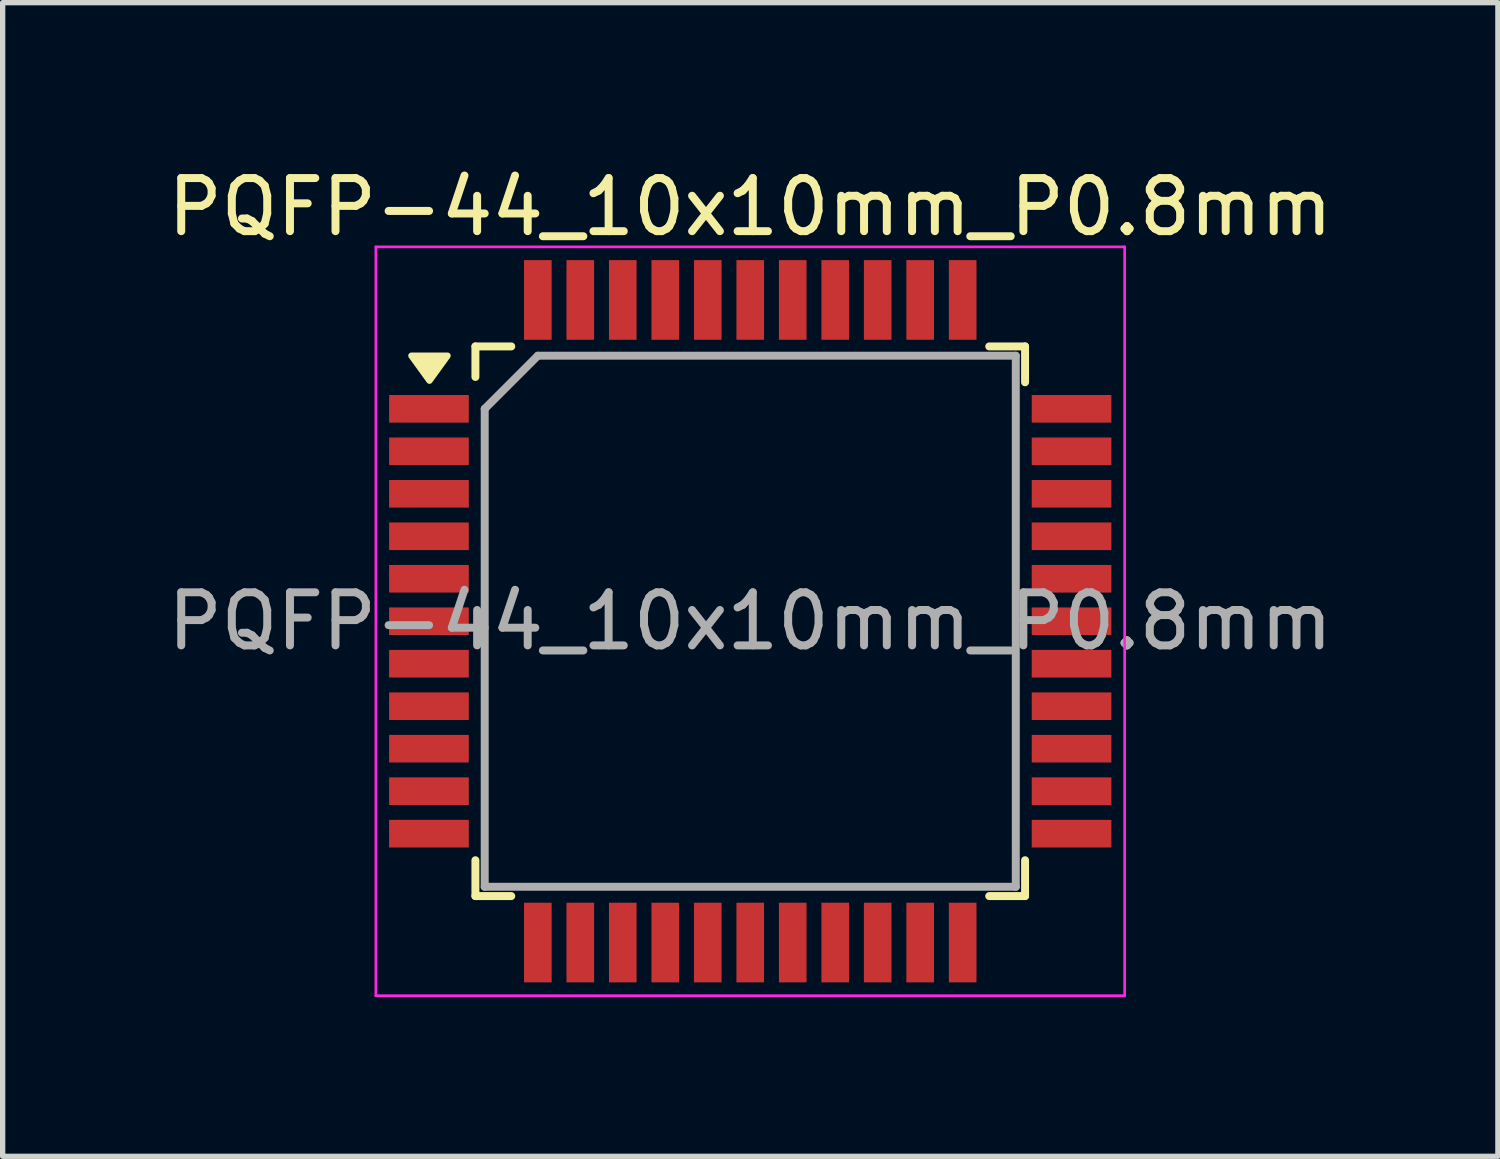
<source format=kicad_pcb>
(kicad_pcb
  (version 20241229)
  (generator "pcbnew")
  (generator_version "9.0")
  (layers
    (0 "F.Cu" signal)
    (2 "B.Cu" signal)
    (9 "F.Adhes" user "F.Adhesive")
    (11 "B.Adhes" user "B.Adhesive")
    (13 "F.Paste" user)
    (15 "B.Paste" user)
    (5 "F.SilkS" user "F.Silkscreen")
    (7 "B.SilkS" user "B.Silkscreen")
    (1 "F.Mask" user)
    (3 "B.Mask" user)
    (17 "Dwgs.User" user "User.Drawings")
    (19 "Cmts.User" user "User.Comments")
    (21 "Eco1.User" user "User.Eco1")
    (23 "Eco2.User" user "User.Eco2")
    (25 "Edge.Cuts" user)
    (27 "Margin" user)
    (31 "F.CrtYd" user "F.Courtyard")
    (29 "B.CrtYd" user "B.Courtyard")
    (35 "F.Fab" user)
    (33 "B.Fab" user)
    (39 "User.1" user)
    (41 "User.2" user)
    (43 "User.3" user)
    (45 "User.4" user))
  (footprint "PQFP-44_10x10mm_P0.8mm"
    (layer "F.Cu")
    (at 11.077 8.648)
    (property "Reference" "PQFP-44_10x10mm_P0.8mm" (at 0 -7.8 0) (layer "F.SilkS") (effects (font (size 1 1) (thickness 0.15))))
    (attr smd)
    (fp_line (start -5.175 -5.175) (end -5.175 -4.6) (stroke (width 0.15) (type solid)) (layer "F.SilkS"))
    (fp_line (start -5.175 -5.175) (end -4.5 -5.175) (stroke (width 0.15) (type solid)) (layer "F.SilkS"))
    (fp_line (start -5.175 5.175) (end -5.175 4.5) (stroke (width 0.15) (type solid)) (layer "F.SilkS"))
    (fp_line (start -5.175 5.175) (end -4.5 5.175) (stroke (width 0.15) (type solid)) (layer "F.SilkS"))
    (fp_line (start 5.175 -5.175) (end 4.5 -5.175) (stroke (width 0.15) (type solid)) (layer "F.SilkS"))
    (fp_line (start 5.175 -5.175) (end 5.175 -4.5) (stroke (width 0.15) (type solid)) (layer "F.SilkS"))
    (fp_line (start 5.175 5.175) (end 4.5 5.175) (stroke (width 0.15) (type solid)) (layer "F.SilkS"))
    (fp_line (start 5.175 5.175) (end 5.175 4.5) (stroke (width 0.15) (type solid)) (layer "F.SilkS"))
    (fp_poly (pts (xy -6.04 -4.53) (xy -6.38 -5) (xy -5.7 -5) (xy -6.04 -4.53)) (stroke (width 0.12) (type solid)) (fill yes) (layer "F.SilkS"))
    (fp_line (start -7.05 -7.05) (end -7.05 7.05) (stroke (width 0.05) (type solid)) (layer "F.CrtYd"))
    (fp_line (start -7.05 -7.05) (end 7.05 -7.05) (stroke (width 0.05) (type solid)) (layer "F.CrtYd"))
    (fp_line (start -7.05 7.05) (end 7.05 7.05) (stroke (width 0.05) (type solid)) (layer "F.CrtYd"))
    (fp_line (start 7.05 -7.05) (end 7.05 7.05) (stroke (width 0.05) (type solid)) (layer "F.CrtYd"))
    (fp_line (start -5 -4) (end -4 -5) (stroke (width 0.15) (type solid)) (layer "F.Fab"))
    (fp_line (start -5 5) (end -5 -4) (stroke (width 0.15) (type solid)) (layer "F.Fab"))
    (fp_line (start -4 -5) (end 5 -5) (stroke (width 0.15) (type solid)) (layer "F.Fab"))
    (fp_line (start 5 -5) (end 5 5) (stroke (width 0.15) (type solid)) (layer "F.Fab"))
    (fp_line (start 5 5) (end -5 5) (stroke (width 0.15) (type solid)) (layer "F.Fab"))
    (fp_text user "${REFERENCE}" (at 0 0 0) (layer "F.Fab") (effects (font (size 1 1) (thickness 0.15))))
    (pad "1" smd rect (at -6.05 -4) (size 1.5 0.52) (layers "F.Cu" "F.Mask" "F.Paste"))
    (pad "2" smd rect (at -6.05 -3.2) (size 1.5 0.52) (layers "F.Cu" "F.Mask" "F.Paste"))
    (pad "3" smd rect (at -6.05 -2.4) (size 1.5 0.52) (layers "F.Cu" "F.Mask" "F.Paste"))
    (pad "4" smd rect (at -6.05 -1.6) (size 1.5 0.52) (layers "F.Cu" "F.Mask" "F.Paste"))
    (pad "5" smd rect (at -6.05 -0.8) (size 1.5 0.52) (layers "F.Cu" "F.Mask" "F.Paste"))
    (pad "6" smd rect (at -6.05 0) (size 1.5 0.52) (layers "F.Cu" "F.Mask" "F.Paste"))
    (pad "7" smd rect (at -6.05 0.8) (size 1.5 0.52) (layers "F.Cu" "F.Mask" "F.Paste"))
    (pad "8" smd rect (at -6.05 1.6) (size 1.5 0.52) (layers "F.Cu" "F.Mask" "F.Paste"))
    (pad "9" smd rect (at -6.05 2.4) (size 1.5 0.52) (layers "F.Cu" "F.Mask" "F.Paste"))
    (pad "10" smd rect (at -6.05 3.2) (size 1.5 0.52) (layers "F.Cu" "F.Mask" "F.Paste"))
    (pad "11" smd rect (at -6.05 4) (size 1.5 0.52) (layers "F.Cu" "F.Mask" "F.Paste"))
    (pad "12" smd rect (at -4 6.05) (size 0.52 1.5) (layers "F.Cu" "F.Mask" "F.Paste"))
    (pad "13" smd rect (at -3.2 6.05) (size 0.52 1.5) (layers "F.Cu" "F.Mask" "F.Paste"))
    (pad "14" smd rect (at -2.4 6.05) (size 0.52 1.5) (layers "F.Cu" "F.Mask" "F.Paste"))
    (pad "15" smd rect (at -1.6 6.05) (size 0.52 1.5) (layers "F.Cu" "F.Mask" "F.Paste"))
    (pad "16" smd rect (at -0.8 6.05) (size 0.52 1.5) (layers "F.Cu" "F.Mask" "F.Paste"))
    (pad "17" smd rect (at 0 6.05) (size 0.52 1.5) (layers "F.Cu" "F.Mask" "F.Paste"))
    (pad "18" smd rect (at 0.8 6.05) (size 0.52 1.5) (layers "F.Cu" "F.Mask" "F.Paste"))
    (pad "19" smd rect (at 1.6 6.05) (size 0.52 1.5) (layers "F.Cu" "F.Mask" "F.Paste"))
    (pad "20" smd rect (at 2.4 6.05) (size 0.52 1.5) (layers "F.Cu" "F.Mask" "F.Paste"))
    (pad "21" smd rect (at 3.2 6.05) (size 0.52 1.5) (layers "F.Cu" "F.Mask" "F.Paste"))
    (pad "22" smd rect (at 4 6.05) (size 0.52 1.5) (layers "F.Cu" "F.Mask" "F.Paste"))
    (pad "23" smd rect (at 6.05 4) (size 1.5 0.52) (layers "F.Cu" "F.Mask" "F.Paste"))
    (pad "24" smd rect (at 6.05 3.2) (size 1.5 0.52) (layers "F.Cu" "F.Mask" "F.Paste"))
    (pad "25" smd rect (at 6.05 2.4) (size 1.5 0.52) (layers "F.Cu" "F.Mask" "F.Paste"))
    (pad "26" smd rect (at 6.05 1.6) (size 1.5 0.52) (layers "F.Cu" "F.Mask" "F.Paste"))
    (pad "27" smd rect (at 6.05 0.8) (size 1.5 0.52) (layers "F.Cu" "F.Mask" "F.Paste"))
    (pad "28" smd rect (at 6.05 0) (size 1.5 0.52) (layers "F.Cu" "F.Mask" "F.Paste"))
    (pad "29" smd rect (at 6.05 -0.8) (size 1.5 0.52) (layers "F.Cu" "F.Mask" "F.Paste"))
    (pad "30" smd rect (at 6.05 -1.6) (size 1.5 0.52) (layers "F.Cu" "F.Mask" "F.Paste"))
    (pad "31" smd rect (at 6.05 -2.4) (size 1.5 0.52) (layers "F.Cu" "F.Mask" "F.Paste"))
    (pad "32" smd rect (at 6.05 -3.2) (size 1.5 0.52) (layers "F.Cu" "F.Mask" "F.Paste"))
    (pad "33" smd rect (at 6.05 -4) (size 1.5 0.52) (layers "F.Cu" "F.Mask" "F.Paste"))
    (pad "34" smd rect (at 4 -6.05) (size 0.52 1.5) (layers "F.Cu" "F.Mask" "F.Paste"))
    (pad "35" smd rect (at 3.2 -6.05) (size 0.52 1.5) (layers "F.Cu" "F.Mask" "F.Paste"))
    (pad "36" smd rect (at 2.4 -6.05) (size 0.52 1.5) (layers "F.Cu" "F.Mask" "F.Paste"))
    (pad "37" smd rect (at 1.6 -6.05) (size 0.52 1.5) (layers "F.Cu" "F.Mask" "F.Paste"))
    (pad "38" smd rect (at 0.8 -6.05) (size 0.52 1.5) (layers "F.Cu" "F.Mask" "F.Paste"))
    (pad "39" smd rect (at 0 -6.05) (size 0.52 1.5) (layers "F.Cu" "F.Mask" "F.Paste"))
    (pad "40" smd rect (at -0.8 -6.05) (size 0.52 1.5) (layers "F.Cu" "F.Mask" "F.Paste"))
    (pad "41" smd rect (at -1.6 -6.05) (size 0.52 1.5) (layers "F.Cu" "F.Mask" "F.Paste"))
    (pad "42" smd rect (at -2.4 -6.05) (size 0.52 1.5) (layers "F.Cu" "F.Mask" "F.Paste"))
    (pad "43" smd rect (at -3.2 -6.05) (size 0.52 1.5) (layers "F.Cu" "F.Mask" "F.Paste"))
    (pad "44" smd rect (at -4 -6.05) (size 0.52 1.5) (layers "F.Cu" "F.Mask" "F.Paste")))
  (gr_rect
    (start -3 -3)
    (end 25.155 18.723)
    (stroke (width 0.1) (type default))
    (fill no)
    (layer "Edge.Cuts")))
</source>
